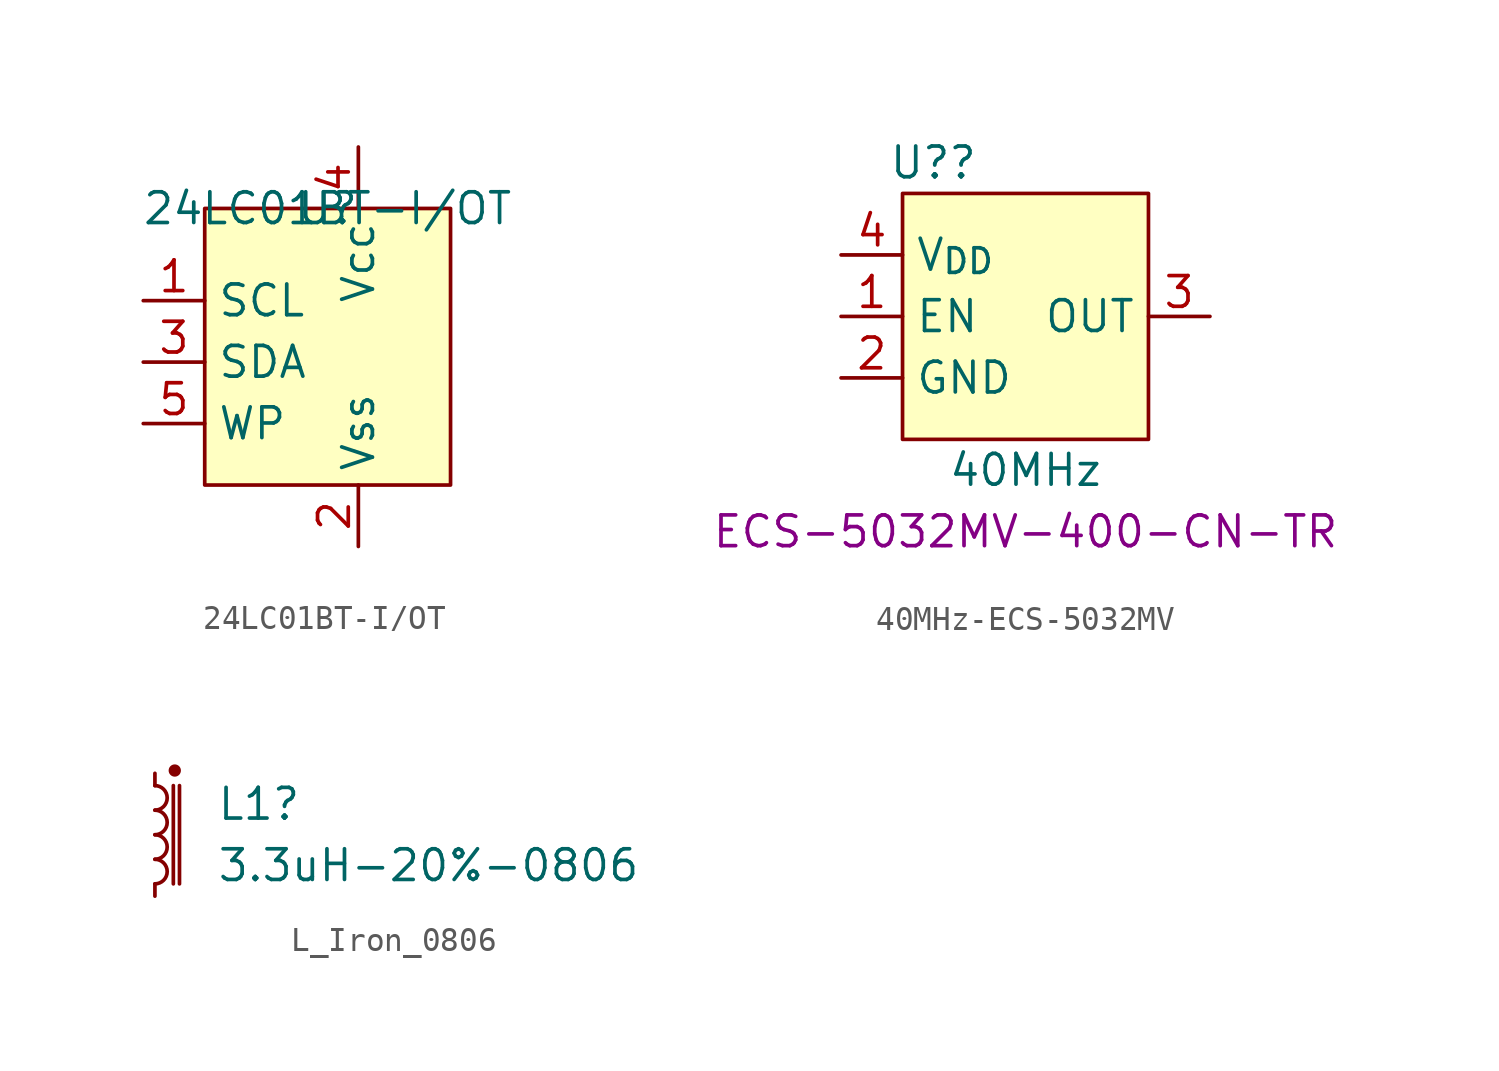
<source format=kicad_sym>
(kicad_symbol_lib
  (version 20241209)
  (generator "kicad_symbol_editor")
  (generator_version "9.0")
  (symbol "24LC01BT-I/OT"
    (property "Reference" "U"
      (at 0 0 0)
      (effects (font (size 1.27 1.27))))
    (property "Value" "24LC01BT-I/OT"
      (at 0 0 0)
      (effects (font (size 1.27 1.27))))
    (symbol "24LC01BT-I/OT_1_1"
      (rectangle (start -5.08 0) (end 5.08 -11.43) (stroke (width 0) (type solid)) (fill (type background)))
      (pin input line (at -7.62 -3.81 0) (length 2.54) (name "SCL" (effects (font (size 1.27 1.27)))) (number "1" (effects (font (size 1.27 1.27)))))
      (pin input line (at -7.62 -6.35 0) (length 2.54) (name "SDA" (effects (font (size 1.27 1.27)))) (number "3" (effects (font (size 1.27 1.27)))))
      (pin input line (at -7.62 -8.89 0) (length 2.54) (name "WP" (effects (font (size 1.27 1.27)))) (number "5" (effects (font (size 1.27 1.27)))))
      (pin power_in line (at 1.27 2.54 270) (length 2.54) (name "Vcc" (effects (font (size 1.27 1.27)))) (number "4" (effects (font (size 1.27 1.27)))))
      (pin passive line (at 1.27 -13.97 90) (length 2.54) (name "Vss" (effects (font (size 1.27 1.27)))) (number "2" (effects (font (size 1.27 1.27)))))))
  (symbol "40MHz-ECS-5032MV"
    (property "Reference" "U?"
      (at 1.27 1.27 0)
      (effects (font (size 1.27 1.27))))
    (property "Value" "40MHz"
      (at 5.08 -11.43 0)
      (effects (font (size 1.27 1.27))))
    (property "MFG P/N" "ECS-5032MV-400-CN-TR"
      (at 5.08 -13.97 0)
      (effects (font (size 1.27 1.27))))
    (symbol "40MHz-ECS-5032MV_0_0"
      (pin power_in line (at -2.54 -2.54 0) (length 2.54) (name "V_{DD}" (effects (font (size 1.27 1.27)))) (number "4" (effects (font (size 1.27 1.27)))))
      (pin output line (at 12.7 -5.08 180) (length 2.54) (name "OUT" (effects (font (size 1.27 1.27)))) (number "3" (effects (font (size 1.27 1.27))))))
    (symbol "40MHz-ECS-5032MV_0_1"
      (rectangle (start 0 0) (end 10.16 -10.16) (stroke (width 0) (type default)) (fill (type background))))
    (symbol "40MHz-ECS-5032MV_1_1"
      (pin input line (at -2.54 -5.08 0) (length 2.54) (name "EN" (effects (font (size 1.27 1.27)))) (number "1" (effects (font (size 1.27 1.27)))))
      (pin passive line (at -2.54 -7.62 0) (length 2.54) (name "GND" (effects (font (size 1.27 1.27)))) (number "2" (effects (font (size 1.27 1.27)))))))
  (symbol "L_Iron_0806"
    (pin_numbers
      (hide yes))
    (pin_names
      (offset 0.254)
      (hide yes))
    (property "Reference" "L1"
      (at 2.54 1.27 0)
      (effects (font (size 1.27 1.27)) (justify left)))
    (property "Value" "3.3uH-20%-0806"
      (at 2.54 -1.27 0)
      (effects (font (size 1.27 1.27)) (justify left)))
    (symbol "L_Iron_0806_0_1"
      (arc (start 0 2.032) (mid 0.5058 1.524) (end 0 1.016) (stroke (width 0) (type default)) (fill (type none)))
      (arc (start 0 1.016) (mid 0.5058 0.508) (end 0 0) (stroke (width 0) (type default)) (fill (type none)))
      (arc (start 0 0) (mid 0.5058 -0.508) (end 0 -1.016) (stroke (width 0) (type default)) (fill (type none)))
      (arc (start 0 -1.016) (mid 0.5058 -1.524) (end 0 -2.032) (stroke (width 0) (type default)) (fill (type none)))
      (polyline (pts (xy 0.762 2.032) (xy 0.762 -2.032)) (stroke (width 0) (type default)) (fill (type none)))
      (polyline (pts (xy 1.016 -2.032) (xy 1.016 2.032)) (stroke (width 0) (type default)) (fill (type none))))
    (symbol "L_Iron_0806_1_1"
      (circle (center 0.821 2.656) (radius 0.178) (stroke (width 0) (type solid)) (fill (type outline)))
      (pin passive line (at 0 2.54 270) (length 0.508) (name "~" (effects (font (size 1.27 1.27)))) (number "1" (effects (font (size 1.27 1.27)))))
      (pin passive line (at 0 -2.54 90) (length 0.508) (name "~" (effects (font (size 1.27 1.27)))) (number "2" (effects (font (size 1.27 1.27))))))))
</source>
